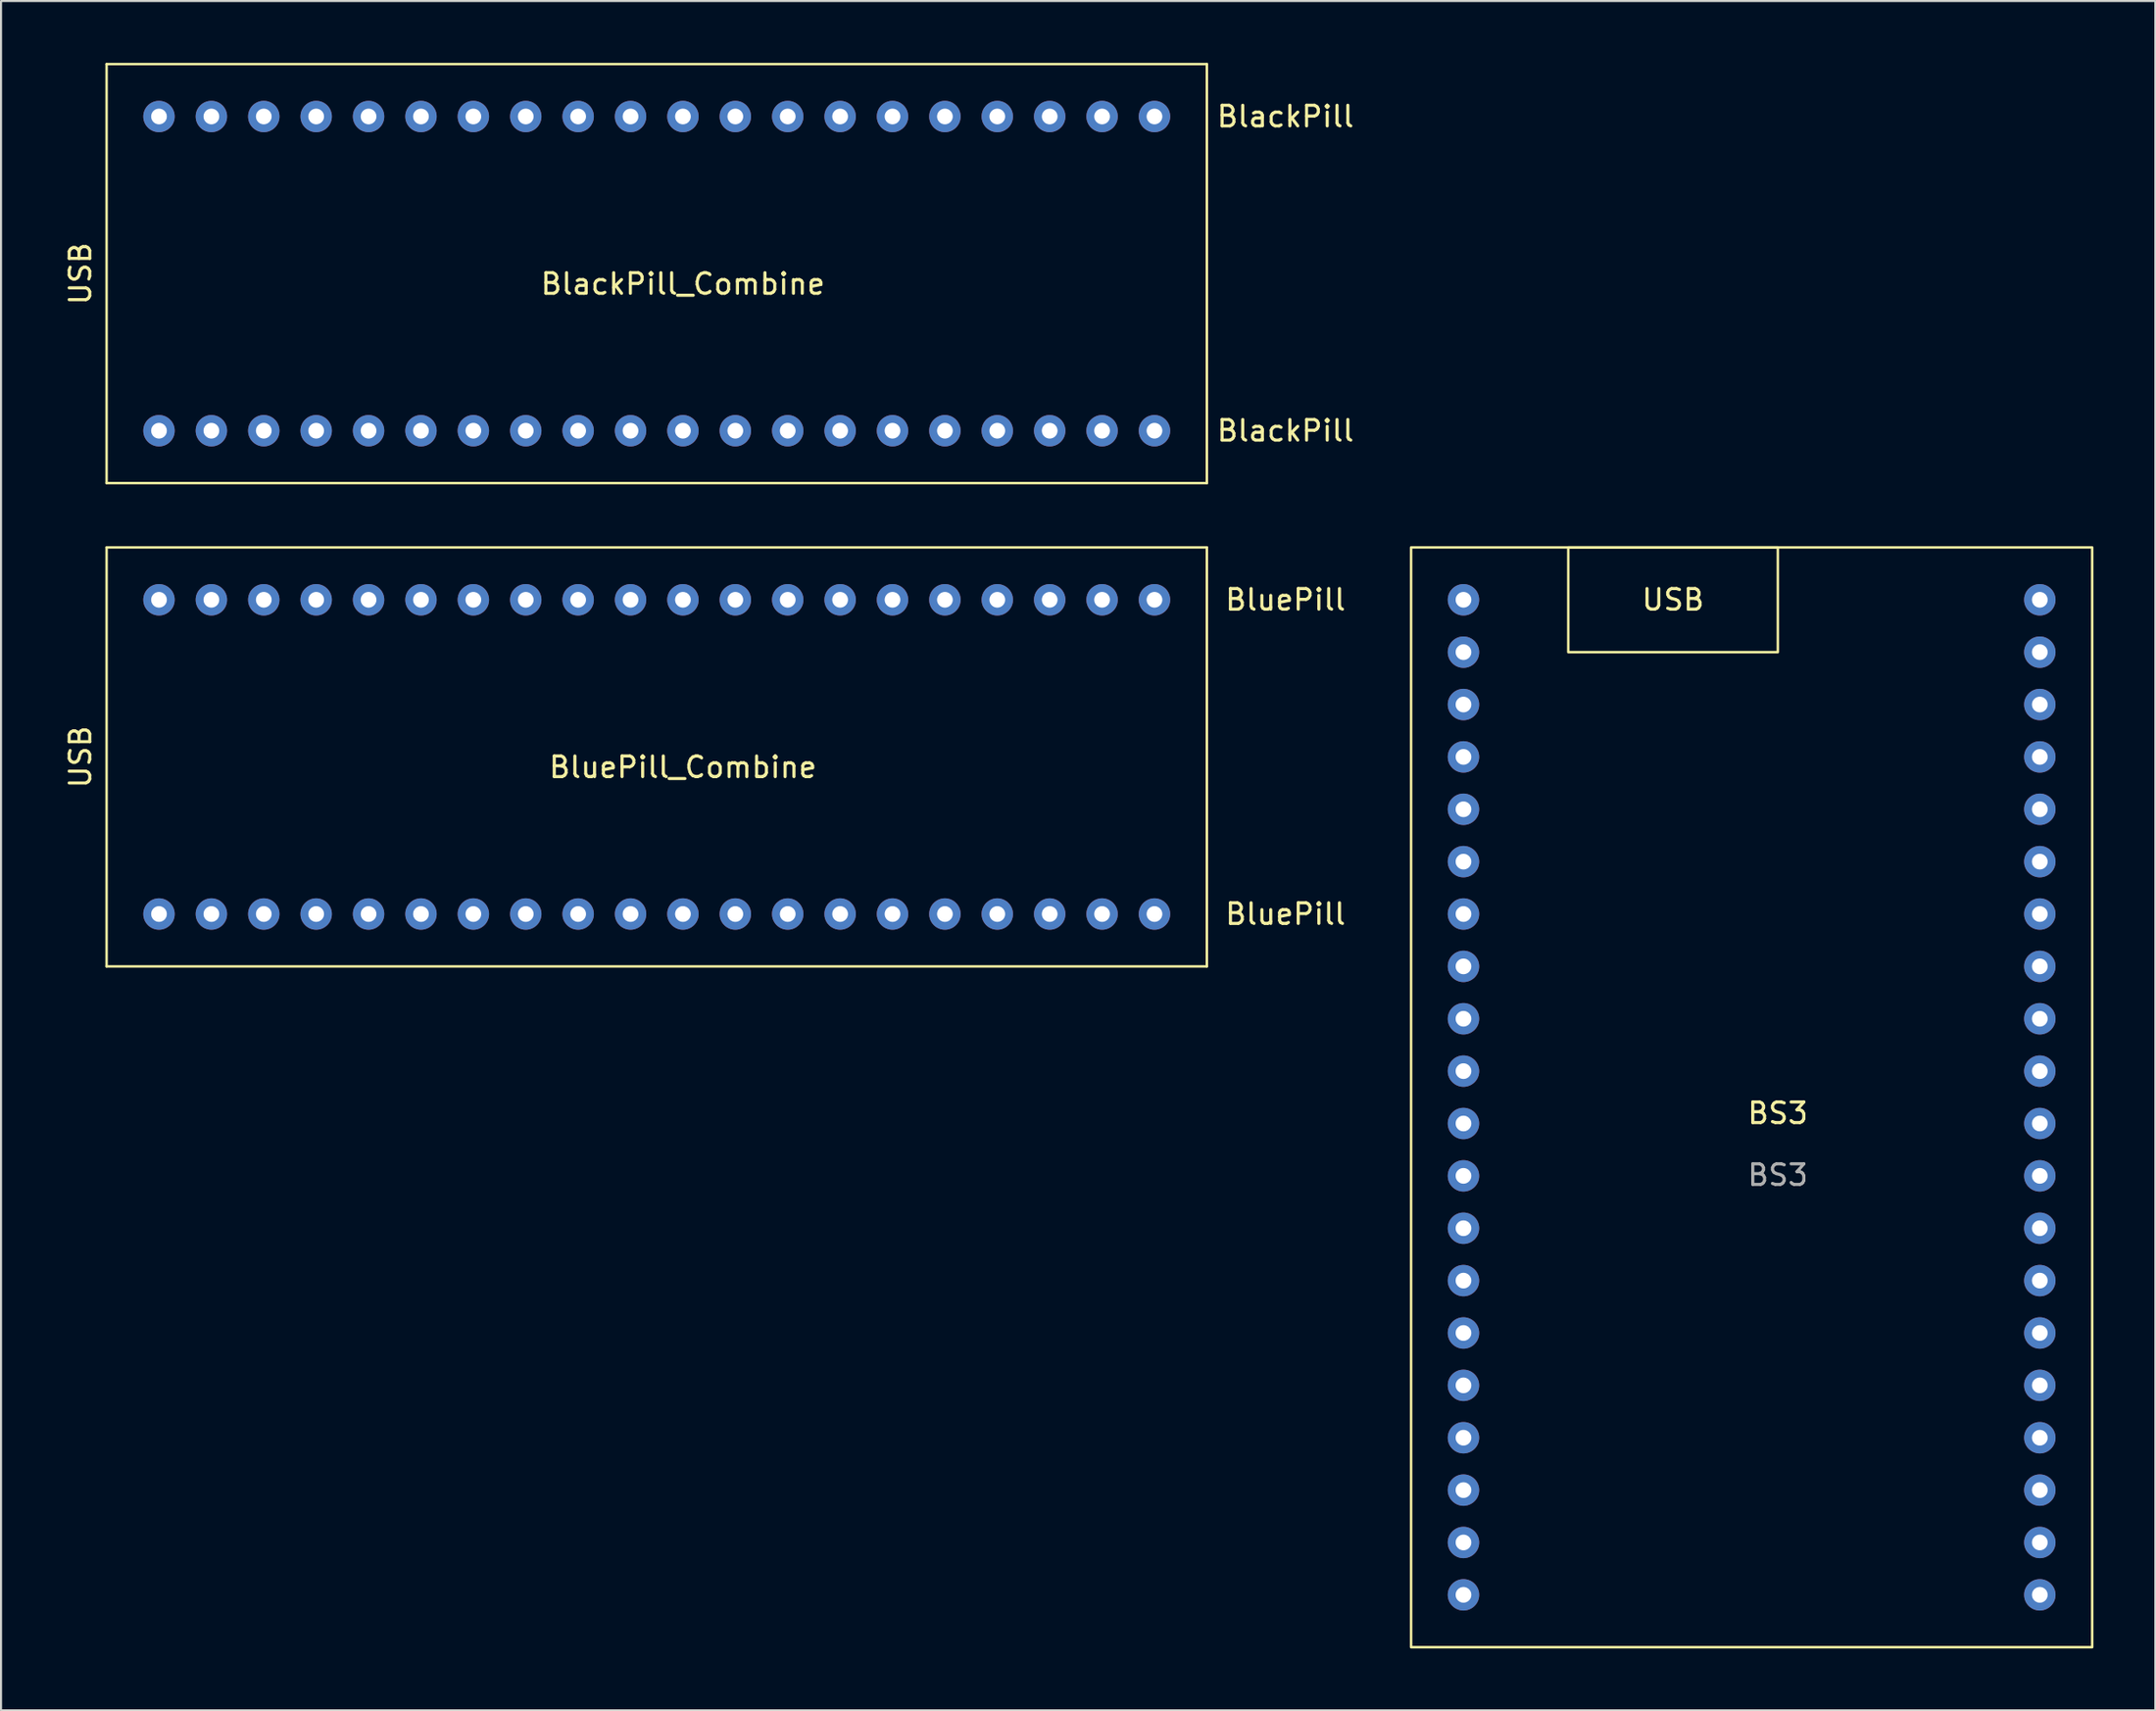
<source format=kicad_pcb>
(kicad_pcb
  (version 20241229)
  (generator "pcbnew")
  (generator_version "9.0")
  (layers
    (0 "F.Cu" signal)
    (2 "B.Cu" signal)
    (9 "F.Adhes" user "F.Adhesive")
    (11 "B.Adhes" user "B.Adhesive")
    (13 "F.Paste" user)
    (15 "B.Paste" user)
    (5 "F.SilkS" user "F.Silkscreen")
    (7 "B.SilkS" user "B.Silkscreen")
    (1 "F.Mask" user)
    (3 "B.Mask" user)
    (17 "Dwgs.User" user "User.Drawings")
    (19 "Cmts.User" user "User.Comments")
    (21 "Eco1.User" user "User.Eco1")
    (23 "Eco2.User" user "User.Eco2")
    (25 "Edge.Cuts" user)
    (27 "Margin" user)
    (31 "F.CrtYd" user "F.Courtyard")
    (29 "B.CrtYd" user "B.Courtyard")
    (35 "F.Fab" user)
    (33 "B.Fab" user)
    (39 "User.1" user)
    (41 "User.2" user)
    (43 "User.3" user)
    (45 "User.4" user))
  (footprint "BS3"
    (layer "F.Cu")
    (at 83.138 51.44)
    (property "Reference" "BS3" (at 0 -0.5 0) (unlocked yes) (layer "F.SilkS") (effects (font (size 1 1) (thickness 0.15))))
    (attr through_hole)
    (fp_rect (start -17.78 -27.94) (end 15.24 25.4) (stroke (width 0.12) (type solid)) (fill no) (layer "F.SilkS"))
    (fp_rect (start -10.16 -27.94) (end 0 -22.86) (stroke (width 0.12) (type solid)) (fill no) (layer "F.SilkS"))
    (fp_text user "USB" (at -5.08 -25.4 0) (unlocked yes) (layer "F.SilkS") (effects (font (size 1 1) (thickness 0.15))))
    (fp_text user "${REFERENCE}" (at 0 2.5 0) (unlocked yes) (layer "F.Fab") (effects (font (size 1 1) (thickness 0.15))))
    (pad "1" thru_hole circle (at -15.24 -25.4) (size 1.524 1.524) (drill 0.762) (layers "*.Cu" "*.Mask"))
    (pad "2" thru_hole circle (at -15.24 -22.86) (size 1.524 1.524) (drill 0.762) (layers "*.Cu" "*.Mask"))
    (pad "3" thru_hole circle (at -15.24 -20.32) (size 1.524 1.524) (drill 0.762) (layers "*.Cu" "*.Mask"))
    (pad "4" thru_hole circle (at -15.24 -17.78) (size 1.524 1.524) (drill 0.762) (layers "*.Cu" "*.Mask"))
    (pad "5" thru_hole circle (at -15.24 -15.24) (size 1.524 1.524) (drill 0.762) (layers "*.Cu" "*.Mask"))
    (pad "6" thru_hole circle (at -15.24 -12.7) (size 1.524 1.524) (drill 0.762) (layers "*.Cu" "*.Mask"))
    (pad "7" thru_hole circle (at -15.24 -10.16) (size 1.524 1.524) (drill 0.762) (layers "*.Cu" "*.Mask"))
    (pad "8" thru_hole circle (at -15.24 -7.62) (size 1.524 1.524) (drill 0.762) (layers "*.Cu" "*.Mask"))
    (pad "9" thru_hole circle (at -15.24 -5.08) (size 1.524 1.524) (drill 0.762) (layers "*.Cu" "*.Mask"))
    (pad "10" thru_hole circle (at -15.24 -2.54) (size 1.524 1.524) (drill 0.762) (layers "*.Cu" "*.Mask"))
    (pad "11" thru_hole circle (at -15.24 0) (size 1.524 1.524) (drill 0.762) (layers "*.Cu" "*.Mask"))
    (pad "12" thru_hole circle (at -15.24 2.54) (size 1.524 1.524) (drill 0.762) (layers "*.Cu" "*.Mask"))
    (pad "13" thru_hole circle (at -15.24 5.08) (size 1.524 1.524) (drill 0.762) (layers "*.Cu" "*.Mask"))
    (pad "14" thru_hole circle (at -15.24 7.62) (size 1.524 1.524) (drill 0.762) (layers "*.Cu" "*.Mask"))
    (pad "15" thru_hole circle (at -15.24 10.16) (size 1.524 1.524) (drill 0.762) (layers "*.Cu" "*.Mask"))
    (pad "16" thru_hole circle (at -15.24 12.7) (size 1.524 1.524) (drill 0.762) (layers "*.Cu" "*.Mask"))
    (pad "17" thru_hole circle (at -15.24 15.24) (size 1.524 1.524) (drill 0.762) (layers "*.Cu" "*.Mask"))
    (pad "18" thru_hole circle (at -15.24 17.78) (size 1.524 1.524) (drill 0.762) (layers "*.Cu" "*.Mask"))
    (pad "19" thru_hole circle (at -15.24 20.32) (size 1.524 1.524) (drill 0.762) (layers "*.Cu" "*.Mask"))
    (pad "20" thru_hole circle (at -15.24 22.86) (size 1.524 1.524) (drill 0.762) (layers "*.Cu" "*.Mask"))
    (pad "21" thru_hole circle (at 12.7 22.86) (size 1.524 1.524) (drill 0.762) (layers "*.Cu" "*.Mask"))
    (pad "22" thru_hole circle (at 12.7 20.32) (size 1.524 1.524) (drill 0.762) (layers "*.Cu" "*.Mask"))
    (pad "23" thru_hole circle (at 12.7 17.78) (size 1.524 1.524) (drill 0.762) (layers "*.Cu" "*.Mask"))
    (pad "24" thru_hole circle (at 12.7 15.24) (size 1.524 1.524) (drill 0.762) (layers "*.Cu" "*.Mask"))
    (pad "25" thru_hole circle (at 12.7 12.7) (size 1.524 1.524) (drill 0.762) (layers "*.Cu" "*.Mask"))
    (pad "26" thru_hole circle (at 12.7 10.16) (size 1.524 1.524) (drill 0.762) (layers "*.Cu" "*.Mask"))
    (pad "27" thru_hole circle (at 12.7 7.62) (size 1.524 1.524) (drill 0.762) (layers "*.Cu" "*.Mask"))
    (pad "28" thru_hole circle (at 12.7 5.08) (size 1.524 1.524) (drill 0.762) (layers "*.Cu" "*.Mask"))
    (pad "29" thru_hole circle (at 12.7 2.54) (size 1.524 1.524) (drill 0.762) (layers "*.Cu" "*.Mask"))
    (pad "30" thru_hole circle (at 12.7 0) (size 1.524 1.524) (drill 0.762) (layers "*.Cu" "*.Mask"))
    (pad "31" thru_hole circle (at 12.7 -2.54) (size 1.524 1.524) (drill 0.762) (layers "*.Cu" "*.Mask"))
    (pad "32" thru_hole circle (at 12.7 -5.08) (size 1.524 1.524) (drill 0.762) (layers "*.Cu" "*.Mask"))
    (pad "33" thru_hole circle (at 12.7 -7.62) (size 1.524 1.524) (drill 0.762) (layers "*.Cu" "*.Mask"))
    (pad "34" thru_hole circle (at 12.7 -10.16) (size 1.524 1.524) (drill 0.762) (layers "*.Cu" "*.Mask"))
    (pad "35" thru_hole circle (at 12.7 -12.7) (size 1.524 1.524) (drill 0.762) (layers "*.Cu" "*.Mask"))
    (pad "36" thru_hole circle (at 12.7 -15.24) (size 1.524 1.524) (drill 0.762) (layers "*.Cu" "*.Mask"))
    (pad "37" thru_hole circle (at 12.7 -17.78) (size 1.524 1.524) (drill 0.762) (layers "*.Cu" "*.Mask"))
    (pad "38" thru_hole circle (at 12.7 -20.32) (size 1.524 1.524) (drill 0.762) (layers "*.Cu" "*.Mask"))
    (pad "39" thru_hole circle (at 12.7 -22.86) (size 1.524 1.524) (drill 0.762) (layers "*.Cu" "*.Mask"))
    (pad "40" thru_hole circle (at 12.7 -25.4) (size 1.524 1.524) (drill 0.762) (layers "*.Cu" "*.Mask")))
  (footprint "BluePill_Combine"
    (layer "F.Cu")
    (at 30.058 33.66)
    (property "Reference" "BluePill_Combine" (at 0 0.5 0) (layer "F.SilkS") (effects (font (size 1 1) (thickness 0.15))))
    (attr through_hole)
    (fp_line (start -27.94 -10.16) (end 25.4 -10.16) (stroke (width 0.12) (type solid)) (layer "F.SilkS"))
    (fp_line (start -27.94 10.16) (end -27.94 -10.16) (stroke (width 0.12) (type solid)) (layer "F.SilkS"))
    (fp_line (start 25.4 -10.16) (end 25.4 10.16) (stroke (width 0.12) (type solid)) (layer "F.SilkS"))
    (fp_line (start 25.4 10.16) (end -27.94 10.16) (stroke (width 0.12) (type solid)) (layer "F.SilkS"))
    (fp_text user "BluePill" (at 29.21 7.62 0) (layer "F.SilkS") (effects (font (size 1 1) (thickness 0.15))))
    (fp_text user "USB" (at -29.21 0 90) (layer "F.SilkS") (effects (font (size 1 1) (thickness 0.15))))
    (fp_text user "BluePill" (at 29.21 -7.62 0) (layer "F.SilkS") (effects (font (size 1 1) (thickness 0.15))))
    (pad "1" thru_hole circle (at -25.4 -7.62) (size 1.524 1.524) (drill 0.762) (layers "*.Cu" "*.Mask"))
    (pad "2" thru_hole circle (at -22.86 -7.62) (size 1.524 1.524) (drill 0.762) (layers "*.Cu" "*.Mask"))
    (pad "3" thru_hole circle (at -20.32 -7.62) (size 1.524 1.524) (drill 0.762) (layers "*.Cu" "*.Mask"))
    (pad "4" thru_hole circle (at -17.78 -7.62) (size 1.524 1.524) (drill 0.762) (layers "*.Cu" "*.Mask"))
    (pad "5" thru_hole circle (at -15.24 -7.62) (size 1.524 1.524) (drill 0.762) (layers "*.Cu" "*.Mask"))
    (pad "6" thru_hole circle (at -12.7 -7.62) (size 1.524 1.524) (drill 0.762) (layers "*.Cu" "*.Mask"))
    (pad "7" thru_hole circle (at -10.16 -7.62) (size 1.524 1.524) (drill 0.762) (layers "*.Cu" "*.Mask"))
    (pad "8" thru_hole circle (at -7.62 -7.62) (size 1.524 1.524) (drill 0.762) (layers "*.Cu" "*.Mask"))
    (pad "9" thru_hole circle (at -5.08 -7.62) (size 1.524 1.524) (drill 0.762) (layers "*.Cu" "*.Mask"))
    (pad "10" thru_hole circle (at -2.54 -7.62) (size 1.524 1.524) (drill 0.762) (layers "*.Cu" "*.Mask"))
    (pad "11" thru_hole circle (at 0 -7.62) (size 1.524 1.524) (drill 0.762) (layers "*.Cu" "*.Mask"))
    (pad "12" thru_hole circle (at 2.54 -7.62) (size 1.524 1.524) (drill 0.762) (layers "*.Cu" "*.Mask"))
    (pad "13" thru_hole circle (at 5.08 -7.62) (size 1.524 1.524) (drill 0.762) (layers "*.Cu" "*.Mask"))
    (pad "14" thru_hole circle (at 7.62 -7.62) (size 1.524 1.524) (drill 0.762) (layers "*.Cu" "*.Mask"))
    (pad "15" thru_hole circle (at 10.16 -7.62) (size 1.524 1.524) (drill 0.762) (layers "*.Cu" "*.Mask"))
    (pad "16" thru_hole circle (at 12.7 -7.62) (size 1.524 1.524) (drill 0.762) (layers "*.Cu" "*.Mask"))
    (pad "17" thru_hole circle (at 15.24 -7.62) (size 1.524 1.524) (drill 0.762) (layers "*.Cu" "*.Mask"))
    (pad "18" thru_hole circle (at 17.78 -7.62) (size 1.524 1.524) (drill 0.762) (layers "*.Cu" "*.Mask"))
    (pad "19" thru_hole circle (at 20.32 -7.62) (size 1.524 1.524) (drill 0.762) (layers "*.Cu" "*.Mask"))
    (pad "20" thru_hole circle (at 22.86 -7.62) (size 1.524 1.524) (drill 0.762) (layers "*.Cu" "*.Mask"))
    (pad "21" thru_hole circle (at 22.86 7.62) (size 1.524 1.524) (drill 0.762) (layers "*.Cu" "*.Mask"))
    (pad "22" thru_hole circle (at 20.32 7.62) (size 1.524 1.524) (drill 0.762) (layers "*.Cu" "*.Mask"))
    (pad "23" thru_hole circle (at 17.78 7.62) (size 1.524 1.524) (drill 0.762) (layers "*.Cu" "*.Mask"))
    (pad "24" thru_hole circle (at 15.24 7.62) (size 1.524 1.524) (drill 0.762) (layers "*.Cu" "*.Mask"))
    (pad "25" thru_hole circle (at 12.7 7.62) (size 1.524 1.524) (drill 0.762) (layers "*.Cu" "*.Mask"))
    (pad "26" thru_hole circle (at 10.16 7.62) (size 1.524 1.524) (drill 0.762) (layers "*.Cu" "*.Mask"))
    (pad "27" thru_hole circle (at 7.62 7.62) (size 1.524 1.524) (drill 0.762) (layers "*.Cu" "*.Mask"))
    (pad "28" thru_hole circle (at 5.08 7.62) (size 1.524 1.524) (drill 0.762) (layers "*.Cu" "*.Mask"))
    (pad "29" thru_hole circle (at 2.54 7.62) (size 1.524 1.524) (drill 0.762) (layers "*.Cu" "*.Mask"))
    (pad "30" thru_hole circle (at 0 7.62) (size 1.524 1.524) (drill 0.762) (layers "*.Cu" "*.Mask"))
    (pad "31" thru_hole circle (at -2.54 7.62) (size 1.524 1.524) (drill 0.762) (layers "*.Cu" "*.Mask"))
    (pad "32" thru_hole circle (at -5.08 7.62) (size 1.524 1.524) (drill 0.762) (layers "*.Cu" "*.Mask"))
    (pad "33" thru_hole circle (at -7.62 7.62) (size 1.524 1.524) (drill 0.762) (layers "*.Cu" "*.Mask"))
    (pad "34" thru_hole circle (at -10.16 7.62) (size 1.524 1.524) (drill 0.762) (layers "*.Cu" "*.Mask"))
    (pad "35" thru_hole circle (at -12.7 7.62) (size 1.524 1.524) (drill 0.762) (layers "*.Cu" "*.Mask"))
    (pad "36" thru_hole circle (at -15.24 7.62) (size 1.524 1.524) (drill 0.762) (layers "*.Cu" "*.Mask"))
    (pad "37" thru_hole circle (at -17.78 7.62) (size 1.524 1.524) (drill 0.762) (layers "*.Cu" "*.Mask"))
    (pad "38" thru_hole circle (at -20.32 7.62) (size 1.524 1.524) (drill 0.762) (layers "*.Cu" "*.Mask"))
    (pad "39" thru_hole circle (at -22.86 7.62) (size 1.524 1.524) (drill 0.762) (layers "*.Cu" "*.Mask"))
    (pad "40" thru_hole circle (at -25.4 7.62) (size 1.524 1.524) (drill 0.762) (layers "*.Cu" "*.Mask")))
  (footprint "BlackPill_Combine"
    (layer "F.Cu")
    (at 30.058 10.22)
    (property "Reference" "BlackPill_Combine" (at 0 0.5 0) (layer "F.SilkS") (effects (font (size 1 1) (thickness 0.15))))
    (attr through_hole)
    (fp_line (start -27.94 -10.16) (end 25.4 -10.16) (stroke (width 0.12) (type solid)) (layer "F.SilkS"))
    (fp_line (start -27.94 10.16) (end -27.94 -10.16) (stroke (width 0.12) (type solid)) (layer "F.SilkS"))
    (fp_line (start 25.4 -10.16) (end 25.4 10.16) (stroke (width 0.12) (type solid)) (layer "F.SilkS"))
    (fp_line (start 25.4 10.16) (end -27.94 10.16) (stroke (width 0.12) (type solid)) (layer "F.SilkS"))
    (fp_text user "BlackPill" (at 29.21 7.62 0) (layer "F.SilkS") (effects (font (size 1 1) (thickness 0.15))))
    (fp_text user "USB" (at -29.21 0 90) (layer "F.SilkS") (effects (font (size 1 1) (thickness 0.15))))
    (fp_text user "BlackPill" (at 29.21 -7.62 0) (layer "F.SilkS") (effects (font (size 1 1) (thickness 0.15))))
    (pad "1" thru_hole circle (at -25.4 -7.62) (size 1.524 1.524) (drill 0.762) (layers "*.Cu" "*.Mask"))
    (pad "2" thru_hole circle (at -22.86 -7.62) (size 1.524 1.524) (drill 0.762) (layers "*.Cu" "*.Mask"))
    (pad "3" thru_hole circle (at -20.32 -7.62) (size 1.524 1.524) (drill 0.762) (layers "*.Cu" "*.Mask"))
    (pad "4" thru_hole circle (at -17.78 -7.62) (size 1.524 1.524) (drill 0.762) (layers "*.Cu" "*.Mask"))
    (pad "5" thru_hole circle (at -15.24 -7.62) (size 1.524 1.524) (drill 0.762) (layers "*.Cu" "*.Mask"))
    (pad "6" thru_hole circle (at -12.7 -7.62) (size 1.524 1.524) (drill 0.762) (layers "*.Cu" "*.Mask"))
    (pad "7" thru_hole circle (at -10.16 -7.62) (size 1.524 1.524) (drill 0.762) (layers "*.Cu" "*.Mask"))
    (pad "8" thru_hole circle (at -7.62 -7.62) (size 1.524 1.524) (drill 0.762) (layers "*.Cu" "*.Mask"))
    (pad "9" thru_hole circle (at -5.08 -7.62) (size 1.524 1.524) (drill 0.762) (layers "*.Cu" "*.Mask"))
    (pad "10" thru_hole circle (at -2.54 -7.62) (size 1.524 1.524) (drill 0.762) (layers "*.Cu" "*.Mask"))
    (pad "11" thru_hole circle (at 0 -7.62) (size 1.524 1.524) (drill 0.762) (layers "*.Cu" "*.Mask"))
    (pad "12" thru_hole circle (at 2.54 -7.62) (size 1.524 1.524) (drill 0.762) (layers "*.Cu" "*.Mask"))
    (pad "13" thru_hole circle (at 5.08 -7.62) (size 1.524 1.524) (drill 0.762) (layers "*.Cu" "*.Mask"))
    (pad "14" thru_hole circle (at 7.62 -7.62) (size 1.524 1.524) (drill 0.762) (layers "*.Cu" "*.Mask"))
    (pad "15" thru_hole circle (at 10.16 -7.62) (size 1.524 1.524) (drill 0.762) (layers "*.Cu" "*.Mask"))
    (pad "16" thru_hole circle (at 12.7 -7.62) (size 1.524 1.524) (drill 0.762) (layers "*.Cu" "*.Mask"))
    (pad "17" thru_hole circle (at 15.24 -7.62) (size 1.524 1.524) (drill 0.762) (layers "*.Cu" "*.Mask"))
    (pad "18" thru_hole circle (at 17.78 -7.62) (size 1.524 1.524) (drill 0.762) (layers "*.Cu" "*.Mask"))
    (pad "19" thru_hole circle (at 20.32 -7.62) (size 1.524 1.524) (drill 0.762) (layers "*.Cu" "*.Mask"))
    (pad "20" thru_hole circle (at 22.86 -7.62) (size 1.524 1.524) (drill 0.762) (layers "*.Cu" "*.Mask"))
    (pad "21" thru_hole circle (at 22.86 7.62) (size 1.524 1.524) (drill 0.762) (layers "*.Cu" "*.Mask"))
    (pad "22" thru_hole circle (at 20.32 7.62) (size 1.524 1.524) (drill 0.762) (layers "*.Cu" "*.Mask"))
    (pad "23" thru_hole circle (at 17.78 7.62) (size 1.524 1.524) (drill 0.762) (layers "*.Cu" "*.Mask"))
    (pad "24" thru_hole circle (at 15.24 7.62) (size 1.524 1.524) (drill 0.762) (layers "*.Cu" "*.Mask"))
    (pad "25" thru_hole circle (at 12.7 7.62) (size 1.524 1.524) (drill 0.762) (layers "*.Cu" "*.Mask"))
    (pad "26" thru_hole circle (at 10.16 7.62) (size 1.524 1.524) (drill 0.762) (layers "*.Cu" "*.Mask"))
    (pad "27" thru_hole circle (at 7.62 7.62) (size 1.524 1.524) (drill 0.762) (layers "*.Cu" "*.Mask"))
    (pad "28" thru_hole circle (at 5.08 7.62) (size 1.524 1.524) (drill 0.762) (layers "*.Cu" "*.Mask"))
    (pad "29" thru_hole circle (at 2.54 7.62) (size 1.524 1.524) (drill 0.762) (layers "*.Cu" "*.Mask"))
    (pad "30" thru_hole circle (at 0 7.62) (size 1.524 1.524) (drill 0.762) (layers "*.Cu" "*.Mask"))
    (pad "31" thru_hole circle (at -2.54 7.62) (size 1.524 1.524) (drill 0.762) (layers "*.Cu" "*.Mask"))
    (pad "32" thru_hole circle (at -5.08 7.62) (size 1.524 1.524) (drill 0.762) (layers "*.Cu" "*.Mask"))
    (pad "33" thru_hole circle (at -7.62 7.62) (size 1.524 1.524) (drill 0.762) (layers "*.Cu" "*.Mask"))
    (pad "34" thru_hole circle (at -10.16 7.62) (size 1.524 1.524) (drill 0.762) (layers "*.Cu" "*.Mask"))
    (pad "35" thru_hole circle (at -12.7 7.62) (size 1.524 1.524) (drill 0.762) (layers "*.Cu" "*.Mask"))
    (pad "36" thru_hole circle (at -15.24 7.62) (size 1.524 1.524) (drill 0.762) (layers "*.Cu" "*.Mask"))
    (pad "37" thru_hole circle (at -17.78 7.62) (size 1.524 1.524) (drill 0.762) (layers "*.Cu" "*.Mask"))
    (pad "38" thru_hole circle (at -20.32 7.62) (size 1.524 1.524) (drill 0.762) (layers "*.Cu" "*.Mask"))
    (pad "39" thru_hole circle (at -22.86 7.62) (size 1.524 1.524) (drill 0.762) (layers "*.Cu" "*.Mask"))
    (pad "40" thru_hole circle (at -25.4 7.62) (size 1.524 1.524) (drill 0.762) (layers "*.Cu" "*.Mask")))
  (gr_rect
    (start -3 -3)
    (end 101.438 79.9)
    (stroke (width 0.1) (type default))
    (fill no)
    (layer "Edge.Cuts")))
</source>
